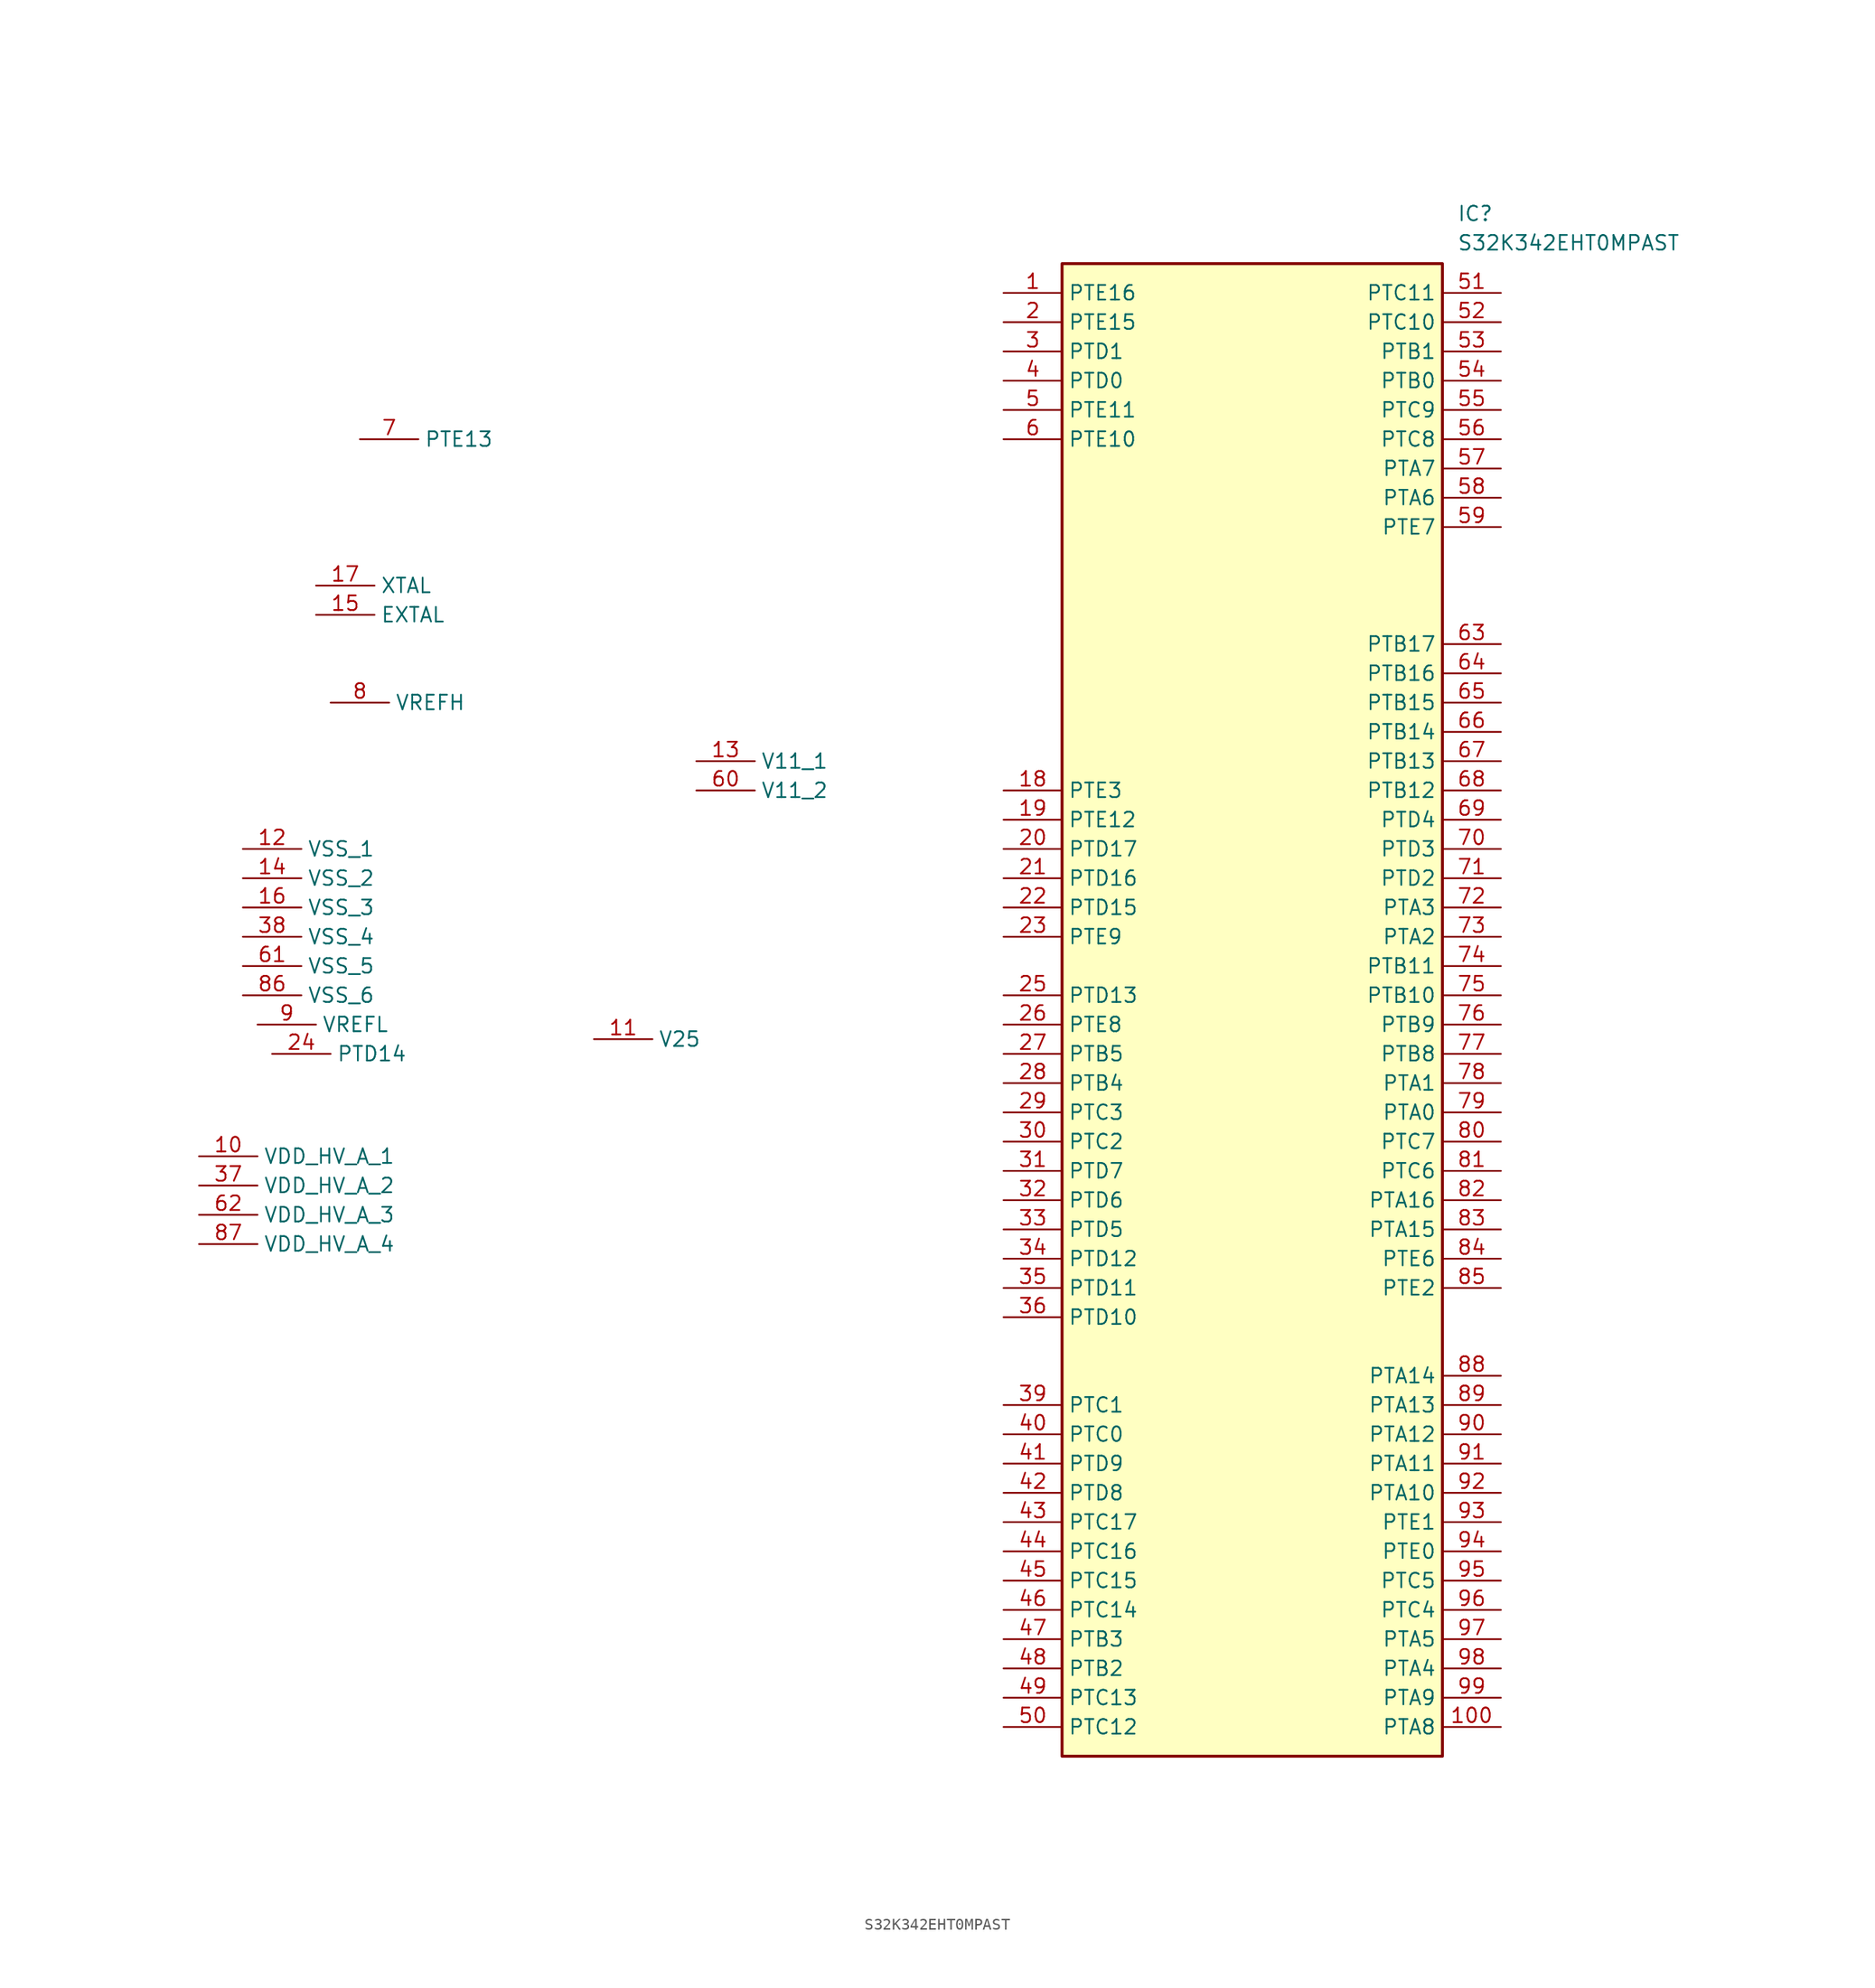
<source format=kicad_sym>
(kicad_symbol_lib
  (version 20231120)
  (generator "kicad_symbol_editor")
  (generator_version "8.0")
  (symbol "S32K342EHT0MPAST"
    (property "Reference" "IC"
      (at 16.51 52.07 0)
      (effects (font (size 1.27 1.27)) (justify left top)))
    (property "Value" "S32K342EHT0MPAST"
      (at 16.51 49.53 0)
      (effects (font (size 1.27 1.27)) (justify left top)))
    (symbol "S32K342EHT0MPAST_1_1"
      (rectangle (start -17.78 46.99) (end 15.24 -82.55) (stroke (width 0.254) (type default)) (fill (type background)))
      (pin passive line (at -22.86 44.45 0) (length 5.08) (name "PTE16" (effects (font (size 1.27 1.27)))) (number "1" (effects (font (size 1.27 1.27)))))
      (pin passive line (at -92.71 -30.48 0) (length 5.08) (name "VDD_HV_A_1" (effects (font (size 1.27 1.27)))) (number "10" (effects (font (size 1.27 1.27)))))
      (pin passive line (at 20.32 -80.01 180) (length 5.08) (name "PTA8" (effects (font (size 1.27 1.27)))) (number "100" (effects (font (size 1.27 1.27)))))
      (pin passive line (at -58.42 -20.32 0) (length 5.08) (name "V25" (effects (font (size 1.27 1.27)))) (number "11" (effects (font (size 1.27 1.27)))))
      (pin passive line (at -88.9 -3.81 0) (length 5.08) (name "VSS_1" (effects (font (size 1.27 1.27)))) (number "12" (effects (font (size 1.27 1.27)))))
      (pin passive line (at -49.53 3.81 0) (length 5.08) (name "V11_1" (effects (font (size 1.27 1.27)))) (number "13" (effects (font (size 1.27 1.27)))))
      (pin passive line (at -88.9 -6.35 0) (length 5.08) (name "VSS_2" (effects (font (size 1.27 1.27)))) (number "14" (effects (font (size 1.27 1.27)))))
      (pin passive line (at -82.55 16.51 0) (length 5.08) (name "EXTAL" (effects (font (size 1.27 1.27)))) (number "15" (effects (font (size 1.27 1.27)))))
      (pin passive line (at -88.9 -8.89 0) (length 5.08) (name "VSS_3" (effects (font (size 1.27 1.27)))) (number "16" (effects (font (size 1.27 1.27)))))
      (pin passive line (at -82.55 19.05 0) (length 5.08) (name "XTAL" (effects (font (size 1.27 1.27)))) (number "17" (effects (font (size 1.27 1.27)))))
      (pin passive line (at -22.86 1.27 0) (length 5.08) (name "PTE3" (effects (font (size 1.27 1.27)))) (number "18" (effects (font (size 1.27 1.27)))))
      (pin passive line (at -22.86 -1.27 0) (length 5.08) (name "PTE12" (effects (font (size 1.27 1.27)))) (number "19" (effects (font (size 1.27 1.27)))))
      (pin passive line (at -22.86 41.91 0) (length 5.08) (name "PTE15" (effects (font (size 1.27 1.27)))) (number "2" (effects (font (size 1.27 1.27)))))
      (pin passive line (at -22.86 -3.81 0) (length 5.08) (name "PTD17" (effects (font (size 1.27 1.27)))) (number "20" (effects (font (size 1.27 1.27)))))
      (pin passive line (at -22.86 -6.35 0) (length 5.08) (name "PTD16" (effects (font (size 1.27 1.27)))) (number "21" (effects (font (size 1.27 1.27)))))
      (pin passive line (at -22.86 -8.89 0) (length 5.08) (name "PTD15" (effects (font (size 1.27 1.27)))) (number "22" (effects (font (size 1.27 1.27)))))
      (pin passive line (at -22.86 -11.43 0) (length 5.08) (name "PTE9" (effects (font (size 1.27 1.27)))) (number "23" (effects (font (size 1.27 1.27)))))
      (pin passive line (at -86.36 -21.59 0) (length 5.08) (name "PTD14" (effects (font (size 1.27 1.27)))) (number "24" (effects (font (size 1.27 1.27)))))
      (pin passive line (at -22.86 -16.51 0) (length 5.08) (name "PTD13" (effects (font (size 1.27 1.27)))) (number "25" (effects (font (size 1.27 1.27)))))
      (pin passive line (at -22.86 -19.05 0) (length 5.08) (name "PTE8" (effects (font (size 1.27 1.27)))) (number "26" (effects (font (size 1.27 1.27)))))
      (pin passive line (at -22.86 -21.59 0) (length 5.08) (name "PTB5" (effects (font (size 1.27 1.27)))) (number "27" (effects (font (size 1.27 1.27)))))
      (pin passive line (at -22.86 -24.13 0) (length 5.08) (name "PTB4" (effects (font (size 1.27 1.27)))) (number "28" (effects (font (size 1.27 1.27)))))
      (pin passive line (at -22.86 -26.67 0) (length 5.08) (name "PTC3" (effects (font (size 1.27 1.27)))) (number "29" (effects (font (size 1.27 1.27)))))
      (pin passive line (at -22.86 39.37 0) (length 5.08) (name "PTD1" (effects (font (size 1.27 1.27)))) (number "3" (effects (font (size 1.27 1.27)))))
      (pin passive line (at -22.86 -29.21 0) (length 5.08) (name "PTC2" (effects (font (size 1.27 1.27)))) (number "30" (effects (font (size 1.27 1.27)))))
      (pin passive line (at -22.86 -31.75 0) (length 5.08) (name "PTD7" (effects (font (size 1.27 1.27)))) (number "31" (effects (font (size 1.27 1.27)))))
      (pin passive line (at -22.86 -34.29 0) (length 5.08) (name "PTD6" (effects (font (size 1.27 1.27)))) (number "32" (effects (font (size 1.27 1.27)))))
      (pin passive line (at -22.86 -36.83 0) (length 5.08) (name "PTD5" (effects (font (size 1.27 1.27)))) (number "33" (effects (font (size 1.27 1.27)))))
      (pin passive line (at -22.86 -39.37 0) (length 5.08) (name "PTD12" (effects (font (size 1.27 1.27)))) (number "34" (effects (font (size 1.27 1.27)))))
      (pin passive line (at -22.86 -41.91 0) (length 5.08) (name "PTD11" (effects (font (size 1.27 1.27)))) (number "35" (effects (font (size 1.27 1.27)))))
      (pin passive line (at -22.86 -44.45 0) (length 5.08) (name "PTD10" (effects (font (size 1.27 1.27)))) (number "36" (effects (font (size 1.27 1.27)))))
      (pin passive line (at -92.71 -33.02 0) (length 5.08) (name "VDD_HV_A_2" (effects (font (size 1.27 1.27)))) (number "37" (effects (font (size 1.27 1.27)))))
      (pin passive line (at -88.9 -11.43 0) (length 5.08) (name "VSS_4" (effects (font (size 1.27 1.27)))) (number "38" (effects (font (size 1.27 1.27)))))
      (pin passive line (at -22.86 -52.07 0) (length 5.08) (name "PTC1" (effects (font (size 1.27 1.27)))) (number "39" (effects (font (size 1.27 1.27)))))
      (pin passive line (at -22.86 36.83 0) (length 5.08) (name "PTD0" (effects (font (size 1.27 1.27)))) (number "4" (effects (font (size 1.27 1.27)))))
      (pin passive line (at -22.86 -54.61 0) (length 5.08) (name "PTC0" (effects (font (size 1.27 1.27)))) (number "40" (effects (font (size 1.27 1.27)))))
      (pin passive line (at -22.86 -57.15 0) (length 5.08) (name "PTD9" (effects (font (size 1.27 1.27)))) (number "41" (effects (font (size 1.27 1.27)))))
      (pin passive line (at -22.86 -59.69 0) (length 5.08) (name "PTD8" (effects (font (size 1.27 1.27)))) (number "42" (effects (font (size 1.27 1.27)))))
      (pin passive line (at -22.86 -62.23 0) (length 5.08) (name "PTC17" (effects (font (size 1.27 1.27)))) (number "43" (effects (font (size 1.27 1.27)))))
      (pin passive line (at -22.86 -64.77 0) (length 5.08) (name "PTC16" (effects (font (size 1.27 1.27)))) (number "44" (effects (font (size 1.27 1.27)))))
      (pin passive line (at -22.86 -67.31 0) (length 5.08) (name "PTC15" (effects (font (size 1.27 1.27)))) (number "45" (effects (font (size 1.27 1.27)))))
      (pin passive line (at -22.86 -69.85 0) (length 5.08) (name "PTC14" (effects (font (size 1.27 1.27)))) (number "46" (effects (font (size 1.27 1.27)))))
      (pin passive line (at -22.86 -72.39 0) (length 5.08) (name "PTB3" (effects (font (size 1.27 1.27)))) (number "47" (effects (font (size 1.27 1.27)))))
      (pin passive line (at -22.86 -74.93 0) (length 5.08) (name "PTB2" (effects (font (size 1.27 1.27)))) (number "48" (effects (font (size 1.27 1.27)))))
      (pin passive line (at -22.86 -77.47 0) (length 5.08) (name "PTC13" (effects (font (size 1.27 1.27)))) (number "49" (effects (font (size 1.27 1.27)))))
      (pin passive line (at -22.86 34.29 0) (length 5.08) (name "PTE11" (effects (font (size 1.27 1.27)))) (number "5" (effects (font (size 1.27 1.27)))))
      (pin passive line (at -22.86 -80.01 0) (length 5.08) (name "PTC12" (effects (font (size 1.27 1.27)))) (number "50" (effects (font (size 1.27 1.27)))))
      (pin passive line (at 20.32 44.45 180) (length 5.08) (name "PTC11" (effects (font (size 1.27 1.27)))) (number "51" (effects (font (size 1.27 1.27)))))
      (pin passive line (at 20.32 41.91 180) (length 5.08) (name "PTC10" (effects (font (size 1.27 1.27)))) (number "52" (effects (font (size 1.27 1.27)))))
      (pin passive line (at 20.32 39.37 180) (length 5.08) (name "PTB1" (effects (font (size 1.27 1.27)))) (number "53" (effects (font (size 1.27 1.27)))))
      (pin passive line (at 20.32 36.83 180) (length 5.08) (name "PTB0" (effects (font (size 1.27 1.27)))) (number "54" (effects (font (size 1.27 1.27)))))
      (pin passive line (at 20.32 34.29 180) (length 5.08) (name "PTC9" (effects (font (size 1.27 1.27)))) (number "55" (effects (font (size 1.27 1.27)))))
      (pin passive line (at 20.32 31.75 180) (length 5.08) (name "PTC8" (effects (font (size 1.27 1.27)))) (number "56" (effects (font (size 1.27 1.27)))))
      (pin passive line (at 20.32 29.21 180) (length 5.08) (name "PTA7" (effects (font (size 1.27 1.27)))) (number "57" (effects (font (size 1.27 1.27)))))
      (pin passive line (at 20.32 26.67 180) (length 5.08) (name "PTA6" (effects (font (size 1.27 1.27)))) (number "58" (effects (font (size 1.27 1.27)))))
      (pin passive line (at 20.32 24.13 180) (length 5.08) (name "PTE7" (effects (font (size 1.27 1.27)))) (number "59" (effects (font (size 1.27 1.27)))))
      (pin passive line (at -22.86 31.75 0) (length 5.08) (name "PTE10" (effects (font (size 1.27 1.27)))) (number "6" (effects (font (size 1.27 1.27)))))
      (pin passive line (at -49.53 1.27 0) (length 5.08) (name "V11_2" (effects (font (size 1.27 1.27)))) (number "60" (effects (font (size 1.27 1.27)))))
      (pin passive line (at -88.9 -13.97 0) (length 5.08) (name "VSS_5" (effects (font (size 1.27 1.27)))) (number "61" (effects (font (size 1.27 1.27)))))
      (pin passive line (at -92.71 -35.56 0) (length 5.08) (name "VDD_HV_A_3" (effects (font (size 1.27 1.27)))) (number "62" (effects (font (size 1.27 1.27)))))
      (pin passive line (at 20.32 13.97 180) (length 5.08) (name "PTB17" (effects (font (size 1.27 1.27)))) (number "63" (effects (font (size 1.27 1.27)))))
      (pin passive line (at 20.32 11.43 180) (length 5.08) (name "PTB16" (effects (font (size 1.27 1.27)))) (number "64" (effects (font (size 1.27 1.27)))))
      (pin passive line (at 20.32 8.89 180) (length 5.08) (name "PTB15" (effects (font (size 1.27 1.27)))) (number "65" (effects (font (size 1.27 1.27)))))
      (pin passive line (at 20.32 6.35 180) (length 5.08) (name "PTB14" (effects (font (size 1.27 1.27)))) (number "66" (effects (font (size 1.27 1.27)))))
      (pin passive line (at 20.32 3.81 180) (length 5.08) (name "PTB13" (effects (font (size 1.27 1.27)))) (number "67" (effects (font (size 1.27 1.27)))))
      (pin passive line (at 20.32 1.27 180) (length 5.08) (name "PTB12" (effects (font (size 1.27 1.27)))) (number "68" (effects (font (size 1.27 1.27)))))
      (pin passive line (at 20.32 -1.27 180) (length 5.08) (name "PTD4" (effects (font (size 1.27 1.27)))) (number "69" (effects (font (size 1.27 1.27)))))
      (pin passive line (at -78.74 31.75 0) (length 5.08) (name "PTE13" (effects (font (size 1.27 1.27)))) (number "7" (effects (font (size 1.27 1.27)))))
      (pin passive line (at 20.32 -3.81 180) (length 5.08) (name "PTD3" (effects (font (size 1.27 1.27)))) (number "70" (effects (font (size 1.27 1.27)))))
      (pin passive line (at 20.32 -6.35 180) (length 5.08) (name "PTD2" (effects (font (size 1.27 1.27)))) (number "71" (effects (font (size 1.27 1.27)))))
      (pin passive line (at 20.32 -8.89 180) (length 5.08) (name "PTA3" (effects (font (size 1.27 1.27)))) (number "72" (effects (font (size 1.27 1.27)))))
      (pin passive line (at 20.32 -11.43 180) (length 5.08) (name "PTA2" (effects (font (size 1.27 1.27)))) (number "73" (effects (font (size 1.27 1.27)))))
      (pin passive line (at 20.32 -13.97 180) (length 5.08) (name "PTB11" (effects (font (size 1.27 1.27)))) (number "74" (effects (font (size 1.27 1.27)))))
      (pin passive line (at 20.32 -16.51 180) (length 5.08) (name "PTB10" (effects (font (size 1.27 1.27)))) (number "75" (effects (font (size 1.27 1.27)))))
      (pin passive line (at 20.32 -19.05 180) (length 5.08) (name "PTB9" (effects (font (size 1.27 1.27)))) (number "76" (effects (font (size 1.27 1.27)))))
      (pin passive line (at 20.32 -21.59 180) (length 5.08) (name "PTB8" (effects (font (size 1.27 1.27)))) (number "77" (effects (font (size 1.27 1.27)))))
      (pin passive line (at 20.32 -24.13 180) (length 5.08) (name "PTA1" (effects (font (size 1.27 1.27)))) (number "78" (effects (font (size 1.27 1.27)))))
      (pin passive line (at 20.32 -26.67 180) (length 5.08) (name "PTA0" (effects (font (size 1.27 1.27)))) (number "79" (effects (font (size 1.27 1.27)))))
      (pin passive line (at -81.28 8.89 0) (length 5.08) (name "VREFH" (effects (font (size 1.27 1.27)))) (number "8" (effects (font (size 1.27 1.27)))))
      (pin passive line (at 20.32 -29.21 180) (length 5.08) (name "PTC7" (effects (font (size 1.27 1.27)))) (number "80" (effects (font (size 1.27 1.27)))))
      (pin passive line (at 20.32 -31.75 180) (length 5.08) (name "PTC6" (effects (font (size 1.27 1.27)))) (number "81" (effects (font (size 1.27 1.27)))))
      (pin passive line (at 20.32 -34.29 180) (length 5.08) (name "PTA16" (effects (font (size 1.27 1.27)))) (number "82" (effects (font (size 1.27 1.27)))))
      (pin passive line (at 20.32 -36.83 180) (length 5.08) (name "PTA15" (effects (font (size 1.27 1.27)))) (number "83" (effects (font (size 1.27 1.27)))))
      (pin passive line (at 20.32 -39.37 180) (length 5.08) (name "PTE6" (effects (font (size 1.27 1.27)))) (number "84" (effects (font (size 1.27 1.27)))))
      (pin passive line (at 20.32 -41.91 180) (length 5.08) (name "PTE2" (effects (font (size 1.27 1.27)))) (number "85" (effects (font (size 1.27 1.27)))))
      (pin passive line (at -88.9 -16.51 0) (length 5.08) (name "VSS_6" (effects (font (size 1.27 1.27)))) (number "86" (effects (font (size 1.27 1.27)))))
      (pin passive line (at -92.71 -38.1 0) (length 5.08) (name "VDD_HV_A_4" (effects (font (size 1.27 1.27)))) (number "87" (effects (font (size 1.27 1.27)))))
      (pin passive line (at 20.32 -49.53 180) (length 5.08) (name "PTA14" (effects (font (size 1.27 1.27)))) (number "88" (effects (font (size 1.27 1.27)))))
      (pin passive line (at 20.32 -52.07 180) (length 5.08) (name "PTA13" (effects (font (size 1.27 1.27)))) (number "89" (effects (font (size 1.27 1.27)))))
      (pin passive line (at -87.63 -19.05 0) (length 5.08) (name "VREFL" (effects (font (size 1.27 1.27)))) (number "9" (effects (font (size 1.27 1.27)))))
      (pin passive line (at 20.32 -54.61 180) (length 5.08) (name "PTA12" (effects (font (size 1.27 1.27)))) (number "90" (effects (font (size 1.27 1.27)))))
      (pin passive line (at 20.32 -57.15 180) (length 5.08) (name "PTA11" (effects (font (size 1.27 1.27)))) (number "91" (effects (font (size 1.27 1.27)))))
      (pin passive line (at 20.32 -59.69 180) (length 5.08) (name "PTA10" (effects (font (size 1.27 1.27)))) (number "92" (effects (font (size 1.27 1.27)))))
      (pin passive line (at 20.32 -62.23 180) (length 5.08) (name "PTE1" (effects (font (size 1.27 1.27)))) (number "93" (effects (font (size 1.27 1.27)))))
      (pin passive line (at 20.32 -64.77 180) (length 5.08) (name "PTE0" (effects (font (size 1.27 1.27)))) (number "94" (effects (font (size 1.27 1.27)))))
      (pin passive line (at 20.32 -67.31 180) (length 5.08) (name "PTC5" (effects (font (size 1.27 1.27)))) (number "95" (effects (font (size 1.27 1.27)))))
      (pin passive line (at 20.32 -69.85 180) (length 5.08) (name "PTC4" (effects (font (size 1.27 1.27)))) (number "96" (effects (font (size 1.27 1.27)))))
      (pin passive line (at 20.32 -72.39 180) (length 5.08) (name "PTA5" (effects (font (size 1.27 1.27)))) (number "97" (effects (font (size 1.27 1.27)))))
      (pin passive line (at 20.32 -74.93 180) (length 5.08) (name "PTA4" (effects (font (size 1.27 1.27)))) (number "98" (effects (font (size 1.27 1.27)))))
      (pin passive line (at 20.32 -77.47 180) (length 5.08) (name "PTA9" (effects (font (size 1.27 1.27)))) (number "99" (effects (font (size 1.27 1.27))))))))
</source>
